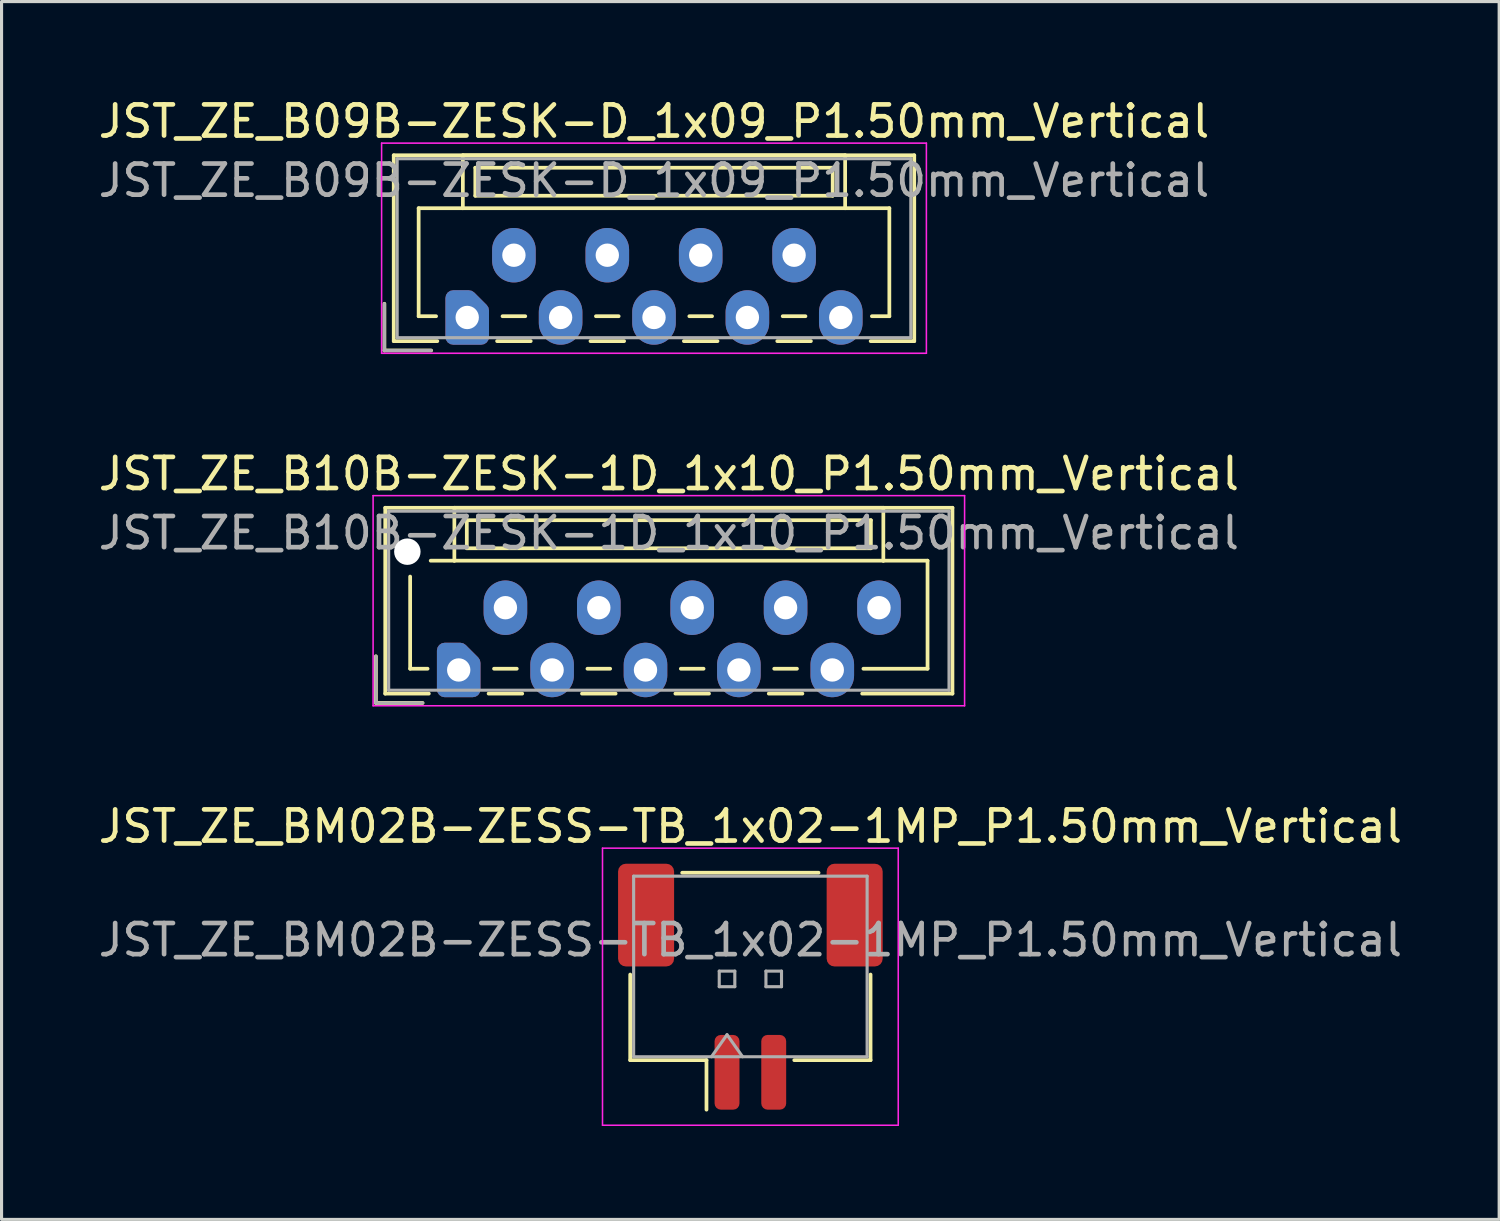
<source format=kicad_pcb>
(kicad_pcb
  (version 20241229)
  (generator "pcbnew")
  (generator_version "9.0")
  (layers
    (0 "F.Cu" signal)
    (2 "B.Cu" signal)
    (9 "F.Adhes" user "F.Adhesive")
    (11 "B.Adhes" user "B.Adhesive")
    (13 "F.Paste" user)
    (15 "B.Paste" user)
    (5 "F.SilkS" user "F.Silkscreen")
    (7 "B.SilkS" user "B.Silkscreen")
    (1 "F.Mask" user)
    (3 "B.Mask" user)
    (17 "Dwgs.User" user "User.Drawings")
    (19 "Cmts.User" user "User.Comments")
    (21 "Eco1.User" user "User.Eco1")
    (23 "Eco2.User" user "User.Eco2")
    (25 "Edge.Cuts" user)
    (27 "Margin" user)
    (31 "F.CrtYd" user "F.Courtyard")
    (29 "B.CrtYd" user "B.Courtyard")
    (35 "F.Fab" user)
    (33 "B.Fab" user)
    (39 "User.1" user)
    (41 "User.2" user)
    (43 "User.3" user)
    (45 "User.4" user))
  (footprint "JST_ZE_B10B-ZESK-1D_1x10_P1.50mm_Vertical"
    (layer "F.Cu")
    (at 11.685 18.471)
    (property "Reference" "JST_ZE_B10B-ZESK-1D_1x10_P1.50mm_Vertical" (at 6.75 -6.3 0) (layer "F.SilkS") (effects (font (size 1 1) (thickness 0.15))))
    (attr through_hole)
    (fp_line (start -2.66 -0.44) (end -2.66 1.06) (stroke (width 0.12) (type solid)) (layer "F.SilkS"))
    (fp_line (start -2.66 1.06) (end -1.16 1.06) (stroke (width 0.12) (type solid)) (layer "F.SilkS"))
    (fp_line (start -2.36 -5.21) (end 15.86 -5.21) (stroke (width 0.12) (type solid)) (layer "F.SilkS"))
    (fp_line (start -2.36 0.76) (end -2.36 -5.21) (stroke (width 0.12) (type solid)) (layer "F.SilkS"))
    (fp_line (start -1.56 -3) (end -1.56 -0.04) (stroke (width 0.12) (type solid)) (layer "F.SilkS"))
    (fp_line (start -1.56 -0.04) (end -1 -0.04) (stroke (width 0.12) (type solid)) (layer "F.SilkS"))
    (fp_line (start -0.96 0.76) (end -2.36 0.76) (stroke (width 0.12) (type solid)) (layer "F.SilkS"))
    (fp_line (start -0.14 -5.21) (end -0.14 -3.51) (stroke (width 0.12) (type solid)) (layer "F.SilkS"))
    (fp_line (start -0.14 -3.51) (end -0.9 -3.51) (stroke (width 0.12) (type solid)) (layer "F.SilkS"))
    (fp_line (start -0.14 -3.51) (end 13.64 -3.51) (stroke (width 0.12) (type solid)) (layer "F.SilkS"))
    (fp_line (start 0.26 -4.81) (end 0.26 -3.91) (stroke (width 0.12) (type solid)) (layer "F.SilkS"))
    (fp_line (start 0.26 -3.91) (end 13.24 -3.91) (stroke (width 0.12) (type solid)) (layer "F.SilkS"))
    (fp_line (start 0.96 0.76) (end 2.04 0.76) (stroke (width 0.12) (type solid)) (layer "F.SilkS"))
    (fp_line (start 1.135 -0.04) (end 1.865 -0.04) (stroke (width 0.12) (type solid)) (layer "F.SilkS"))
    (fp_line (start 3.96 0.76) (end 5.04 0.76) (stroke (width 0.12) (type solid)) (layer "F.SilkS"))
    (fp_line (start 4.135 -0.04) (end 4.865 -0.04) (stroke (width 0.12) (type solid)) (layer "F.SilkS"))
    (fp_line (start 6.96 0.76) (end 8.04 0.76) (stroke (width 0.12) (type solid)) (layer "F.SilkS"))
    (fp_line (start 7.135 -0.04) (end 7.865 -0.04) (stroke (width 0.12) (type solid)) (layer "F.SilkS"))
    (fp_line (start 9.96 0.76) (end 11.04 0.76) (stroke (width 0.12) (type solid)) (layer "F.SilkS"))
    (fp_line (start 10.135 -0.04) (end 10.865 -0.04) (stroke (width 0.12) (type solid)) (layer "F.SilkS"))
    (fp_line (start 13.24 -4.81) (end 0.26 -4.81) (stroke (width 0.12) (type solid)) (layer "F.SilkS"))
    (fp_line (start 13.24 -3.91) (end 13.24 -4.81) (stroke (width 0.12) (type solid)) (layer "F.SilkS"))
    (fp_line (start 13.64 -5.21) (end -0.14 -5.21) (stroke (width 0.12) (type solid)) (layer "F.SilkS"))
    (fp_line (start 13.64 -3.51) (end 13.64 -5.21) (stroke (width 0.12) (type solid)) (layer "F.SilkS"))
    (fp_line (start 13.64 -3.51) (end 15.06 -3.51) (stroke (width 0.12) (type solid)) (layer "F.SilkS"))
    (fp_line (start 15.06 -3.51) (end 15.06 -0.04) (stroke (width 0.12) (type solid)) (layer "F.SilkS"))
    (fp_line (start 15.06 -0.04) (end 13 -0.04) (stroke (width 0.12) (type solid)) (layer "F.SilkS"))
    (fp_line (start 15.86 -5.21) (end 15.86 0.76) (stroke (width 0.12) (type solid)) (layer "F.SilkS"))
    (fp_line (start 15.86 0.76) (end 12.96 0.76) (stroke (width 0.12) (type solid)) (layer "F.SilkS"))
    (fp_line (start -2.75 -5.6) (end -2.75 1.15) (stroke (width 0.05) (type solid)) (layer "F.CrtYd"))
    (fp_line (start -2.75 1.15) (end 16.25 1.15) (stroke (width 0.05) (type solid)) (layer "F.CrtYd"))
    (fp_line (start 16.25 -5.6) (end -2.75 -5.6) (stroke (width 0.05) (type solid)) (layer "F.CrtYd"))
    (fp_line (start 16.25 1.15) (end 16.25 -5.6) (stroke (width 0.05) (type solid)) (layer "F.CrtYd"))
    (fp_line (start -2.66 -0.44) (end -2.66 1.06) (stroke (width 0.1) (type solid)) (layer "F.Fab"))
    (fp_line (start -2.66 1.06) (end -1.16 1.06) (stroke (width 0.1) (type solid)) (layer "F.Fab"))
    (fp_line (start -2.25 -5.1) (end -2.25 0.65) (stroke (width 0.1) (type solid)) (layer "F.Fab"))
    (fp_line (start -2.25 0.65) (end 15.75 0.65) (stroke (width 0.1) (type solid)) (layer "F.Fab"))
    (fp_line (start 15.75 -5.1) (end -2.25 -5.1) (stroke (width 0.1) (type solid)) (layer "F.Fab"))
    (fp_line (start 15.75 0.65) (end 15.75 -5.1) (stroke (width 0.1) (type solid)) (layer "F.Fab"))
    (fp_text user "${REFERENCE}" (at 6.75 -4.4 0) (layer "F.Fab") (effects (font (size 1 1) (thickness 0.15))))
    (pad "" np_thru_hole circle (at -1.65 -3.8) (size 0.85 0.85) (drill 0.85) (layers "*.Cu" "*.Mask"))
    (pad "1" thru_hole custom (at 0 0) (size 1.117 1.117) (drill 0.75) (layers "*.Cu" "*.Mask") (options (anchor circle)) (primitives (gr_poly (pts (xy -0.45 -0.625) (xy 0.05 -0.625) (xy 0.45 -0.225) (xy 0.45 0.625) (xy -0.45 0.625)) (width 0.5) (fill yes))))
    (pad "2" thru_hole oval (at 1.5 -2) (size 1.4 1.75) (drill 0.75) (layers "*.Cu" "*.Mask"))
    (pad "3" thru_hole oval (at 3 0) (size 1.4 1.75) (drill 0.75) (layers "*.Cu" "*.Mask"))
    (pad "4" thru_hole oval (at 4.5 -2) (size 1.4 1.75) (drill 0.75) (layers "*.Cu" "*.Mask"))
    (pad "5" thru_hole oval (at 6 0) (size 1.4 1.75) (drill 0.75) (layers "*.Cu" "*.Mask"))
    (pad "6" thru_hole oval (at 7.5 -2) (size 1.4 1.75) (drill 0.75) (layers "*.Cu" "*.Mask"))
    (pad "7" thru_hole oval (at 9 0) (size 1.4 1.75) (drill 0.75) (layers "*.Cu" "*.Mask"))
    (pad "8" thru_hole oval (at 10.5 -2) (size 1.4 1.75) (drill 0.75) (layers "*.Cu" "*.Mask"))
    (pad "9" thru_hole oval (at 12 0) (size 1.4 1.75) (drill 0.75) (layers "*.Cu" "*.Mask"))
    (pad "10" thru_hole oval (at 13.5 -2) (size 1.4 1.75) (drill 0.75) (layers "*.Cu" "*.Mask")))
  (footprint "JST_ZE_BM02B-ZESS-TB_1x02-1MP_P1.50mm_Vertical"
    (layer "F.Cu")
    (at 21.054 28.645)
    (property "Reference" "JST_ZE_BM02B-ZESS-TB_1x02-1MP_P1.50mm_Vertical" (at 0 -5.15 0) (layer "F.SilkS") (effects (font (size 1 1) (thickness 0.15))))
    (attr smd)
    (fp_line (start -3.86 -0.39) (end -3.86 2.36) (stroke (width 0.12) (type solid)) (layer "F.SilkS"))
    (fp_line (start -3.86 2.36) (end -1.41 2.36) (stroke (width 0.12) (type solid)) (layer "F.SilkS"))
    (fp_line (start -2.19 -3.66) (end 2.19 -3.66) (stroke (width 0.12) (type solid)) (layer "F.SilkS"))
    (fp_line (start -1.41 2.36) (end -1.41 3.95) (stroke (width 0.12) (type solid)) (layer "F.SilkS"))
    (fp_line (start 3.86 -0.39) (end 3.86 2.36) (stroke (width 0.12) (type solid)) (layer "F.SilkS"))
    (fp_line (start 3.86 2.36) (end 1.41 2.36) (stroke (width 0.12) (type solid)) (layer "F.SilkS"))
    (fp_line (start -4.75 -4.45) (end -4.75 4.45) (stroke (width 0.05) (type solid)) (layer "F.CrtYd"))
    (fp_line (start -4.75 4.45) (end 4.75 4.45) (stroke (width 0.05) (type solid)) (layer "F.CrtYd"))
    (fp_line (start 4.75 -4.45) (end -4.75 -4.45) (stroke (width 0.05) (type solid)) (layer "F.CrtYd"))
    (fp_line (start 4.75 4.45) (end 4.75 -4.45) (stroke (width 0.05) (type solid)) (layer "F.CrtYd"))
    (fp_line (start -3.75 -3.55) (end 3.75 -3.55) (stroke (width 0.1) (type solid)) (layer "F.Fab"))
    (fp_line (start -3.75 2.25) (end -3.75 -3.55) (stroke (width 0.1) (type solid)) (layer "F.Fab"))
    (fp_line (start -3.75 2.25) (end 3.75 2.25) (stroke (width 0.1) (type solid)) (layer "F.Fab"))
    (fp_line (start -1.25 2.25) (end -0.75 1.543) (stroke (width 0.1) (type solid)) (layer "F.Fab"))
    (fp_line (start -1 -0.5) (end -1 0) (stroke (width 0.1) (type solid)) (layer "F.Fab"))
    (fp_line (start -1 0) (end -0.5 0) (stroke (width 0.1) (type solid)) (layer "F.Fab"))
    (fp_line (start -0.75 1.543) (end -0.25 2.25) (stroke (width 0.1) (type solid)) (layer "F.Fab"))
    (fp_line (start -0.5 -0.5) (end -1 -0.5) (stroke (width 0.1) (type solid)) (layer "F.Fab"))
    (fp_line (start -0.5 0) (end -0.5 -0.5) (stroke (width 0.1) (type solid)) (layer "F.Fab"))
    (fp_line (start 0.5 -0.5) (end 0.5 0) (stroke (width 0.1) (type solid)) (layer "F.Fab"))
    (fp_line (start 0.5 0) (end 1 0) (stroke (width 0.1) (type solid)) (layer "F.Fab"))
    (fp_line (start 1 -0.5) (end 0.5 -0.5) (stroke (width 0.1) (type solid)) (layer "F.Fab"))
    (fp_line (start 1 0) (end 1 -0.5) (stroke (width 0.1) (type solid)) (layer "F.Fab"))
    (fp_line (start 3.75 2.25) (end 3.75 -3.55) (stroke (width 0.1) (type solid)) (layer "F.Fab"))
    (fp_text user "${REFERENCE}" (at 0 -1.5 0) (layer "F.Fab") (effects (font (size 1 1) (thickness 0.15))))
    (pad "1" smd roundrect (at -0.75 2.75) (size 0.8 2.4) (layers "F.Cu" "F.Mask" "F.Paste") (roundrect_rratio 0.25))
    (pad "2" smd roundrect (at 0.75 2.75) (size 0.8 2.4) (layers "F.Cu" "F.Mask" "F.Paste") (roundrect_rratio 0.25))
    (pad "MP" smd roundrect (at -3.35 -2.3) (size 1.8 3.3) (layers "F.Cu" "F.Mask" "F.Paste") (roundrect_rratio 0.139))
    (pad "MP" smd roundrect (at 3.35 -2.3) (size 1.8 3.3) (layers "F.Cu" "F.Mask" "F.Paste") (roundrect_rratio 0.139)))
  (footprint "JST_ZE_B09B-ZESK-D_1x09_P1.50mm_Vertical"
    (layer "F.Cu")
    (at 11.958 7.148)
    (property "Reference" "JST_ZE_B09B-ZESK-D_1x09_P1.50mm_Vertical" (at 6 -6.3 0) (layer "F.SilkS") (effects (font (size 1 1) (thickness 0.15))))
    (attr through_hole)
    (fp_line (start -2.66 -0.44) (end -2.66 1.06) (stroke (width 0.12) (type solid)) (layer "F.SilkS"))
    (fp_line (start -2.66 1.06) (end -1.16 1.06) (stroke (width 0.12) (type solid)) (layer "F.SilkS"))
    (fp_line (start -2.36 -5.21) (end 14.36 -5.21) (stroke (width 0.12) (type solid)) (layer "F.SilkS"))
    (fp_line (start -2.36 0.76) (end -2.36 -5.21) (stroke (width 0.12) (type solid)) (layer "F.SilkS"))
    (fp_line (start -1.56 -3.51) (end -1.56 -0.04) (stroke (width 0.12) (type solid)) (layer "F.SilkS"))
    (fp_line (start -1.56 -0.04) (end -1 -0.04) (stroke (width 0.12) (type solid)) (layer "F.SilkS"))
    (fp_line (start -0.96 0.76) (end -2.36 0.76) (stroke (width 0.12) (type solid)) (layer "F.SilkS"))
    (fp_line (start -0.14 -5.21) (end -0.14 -3.51) (stroke (width 0.12) (type solid)) (layer "F.SilkS"))
    (fp_line (start -0.14 -3.51) (end -1.56 -3.51) (stroke (width 0.12) (type solid)) (layer "F.SilkS"))
    (fp_line (start -0.14 -3.51) (end 12.14 -3.51) (stroke (width 0.12) (type solid)) (layer "F.SilkS"))
    (fp_line (start 0.26 -4.81) (end 0.26 -3.91) (stroke (width 0.12) (type solid)) (layer "F.SilkS"))
    (fp_line (start 0.26 -3.91) (end 11.74 -3.91) (stroke (width 0.12) (type solid)) (layer "F.SilkS"))
    (fp_line (start 0.96 0.76) (end 2.04 0.76) (stroke (width 0.12) (type solid)) (layer "F.SilkS"))
    (fp_line (start 1.135 -0.04) (end 1.865 -0.04) (stroke (width 0.12) (type solid)) (layer "F.SilkS"))
    (fp_line (start 3.96 0.76) (end 5.04 0.76) (stroke (width 0.12) (type solid)) (layer "F.SilkS"))
    (fp_line (start 4.135 -0.04) (end 4.865 -0.04) (stroke (width 0.12) (type solid)) (layer "F.SilkS"))
    (fp_line (start 6.96 0.76) (end 8.04 0.76) (stroke (width 0.12) (type solid)) (layer "F.SilkS"))
    (fp_line (start 7.135 -0.04) (end 7.865 -0.04) (stroke (width 0.12) (type solid)) (layer "F.SilkS"))
    (fp_line (start 9.96 0.76) (end 11.04 0.76) (stroke (width 0.12) (type solid)) (layer "F.SilkS"))
    (fp_line (start 10.135 -0.04) (end 10.865 -0.04) (stroke (width 0.12) (type solid)) (layer "F.SilkS"))
    (fp_line (start 11.74 -4.81) (end 0.26 -4.81) (stroke (width 0.12) (type solid)) (layer "F.SilkS"))
    (fp_line (start 11.74 -3.91) (end 11.74 -4.81) (stroke (width 0.12) (type solid)) (layer "F.SilkS"))
    (fp_line (start 12.14 -5.21) (end -0.14 -5.21) (stroke (width 0.12) (type solid)) (layer "F.SilkS"))
    (fp_line (start 12.14 -3.51) (end 12.14 -5.21) (stroke (width 0.12) (type solid)) (layer "F.SilkS"))
    (fp_line (start 12.14 -3.51) (end 13.56 -3.51) (stroke (width 0.12) (type solid)) (layer "F.SilkS"))
    (fp_line (start 13.56 -3.51) (end 13.56 -0.04) (stroke (width 0.12) (type solid)) (layer "F.SilkS"))
    (fp_line (start 13.56 -0.04) (end 13 -0.04) (stroke (width 0.12) (type solid)) (layer "F.SilkS"))
    (fp_line (start 14.36 -5.21) (end 14.36 0.76) (stroke (width 0.12) (type solid)) (layer "F.SilkS"))
    (fp_line (start 14.36 0.76) (end 12.96 0.76) (stroke (width 0.12) (type solid)) (layer "F.SilkS"))
    (fp_line (start -2.75 -5.6) (end -2.75 1.15) (stroke (width 0.05) (type solid)) (layer "F.CrtYd"))
    (fp_line (start -2.75 1.15) (end 14.75 1.15) (stroke (width 0.05) (type solid)) (layer "F.CrtYd"))
    (fp_line (start 14.75 -5.6) (end -2.75 -5.6) (stroke (width 0.05) (type solid)) (layer "F.CrtYd"))
    (fp_line (start 14.75 1.15) (end 14.75 -5.6) (stroke (width 0.05) (type solid)) (layer "F.CrtYd"))
    (fp_line (start -2.66 -0.44) (end -2.66 1.06) (stroke (width 0.1) (type solid)) (layer "F.Fab"))
    (fp_line (start -2.66 1.06) (end -1.16 1.06) (stroke (width 0.1) (type solid)) (layer "F.Fab"))
    (fp_line (start -2.25 -5.1) (end -2.25 0.65) (stroke (width 0.1) (type solid)) (layer "F.Fab"))
    (fp_line (start -2.25 0.65) (end 14.25 0.65) (stroke (width 0.1) (type solid)) (layer "F.Fab"))
    (fp_line (start 14.25 -5.1) (end -2.25 -5.1) (stroke (width 0.1) (type solid)) (layer "F.Fab"))
    (fp_line (start 14.25 0.65) (end 14.25 -5.1) (stroke (width 0.1) (type solid)) (layer "F.Fab"))
    (fp_text user "${REFERENCE}" (at 6 -4.4 0) (layer "F.Fab") (effects (font (size 1 1) (thickness 0.15))))
    (pad "1" thru_hole custom (at 0 0) (size 1.117 1.117) (drill 0.75) (layers "*.Cu" "*.Mask") (options (anchor circle)) (primitives (gr_poly (pts (xy -0.45 -0.625) (xy 0.05 -0.625) (xy 0.45 -0.225) (xy 0.45 0.625) (xy -0.45 0.625)) (width 0.5) (fill yes))))
    (pad "2" thru_hole oval (at 1.5 -2) (size 1.4 1.75) (drill 0.75) (layers "*.Cu" "*.Mask"))
    (pad "3" thru_hole oval (at 3 0) (size 1.4 1.75) (drill 0.75) (layers "*.Cu" "*.Mask"))
    (pad "4" thru_hole oval (at 4.5 -2) (size 1.4 1.75) (drill 0.75) (layers "*.Cu" "*.Mask"))
    (pad "5" thru_hole oval (at 6 0) (size 1.4 1.75) (drill 0.75) (layers "*.Cu" "*.Mask"))
    (pad "6" thru_hole oval (at 7.5 -2) (size 1.4 1.75) (drill 0.75) (layers "*.Cu" "*.Mask"))
    (pad "7" thru_hole oval (at 9 0) (size 1.4 1.75) (drill 0.75) (layers "*.Cu" "*.Mask"))
    (pad "8" thru_hole oval (at 10.5 -2) (size 1.4 1.75) (drill 0.75) (layers "*.Cu" "*.Mask"))
    (pad "9" thru_hole oval (at 12 0) (size 1.4 1.75) (drill 0.75) (layers "*.Cu" "*.Mask")))
  (gr_rect
    (start -3 -3)
    (end 45.107 36.12)
    (stroke (width 0.1) (type default))
    (fill no)
    (layer "Edge.Cuts")))
</source>
